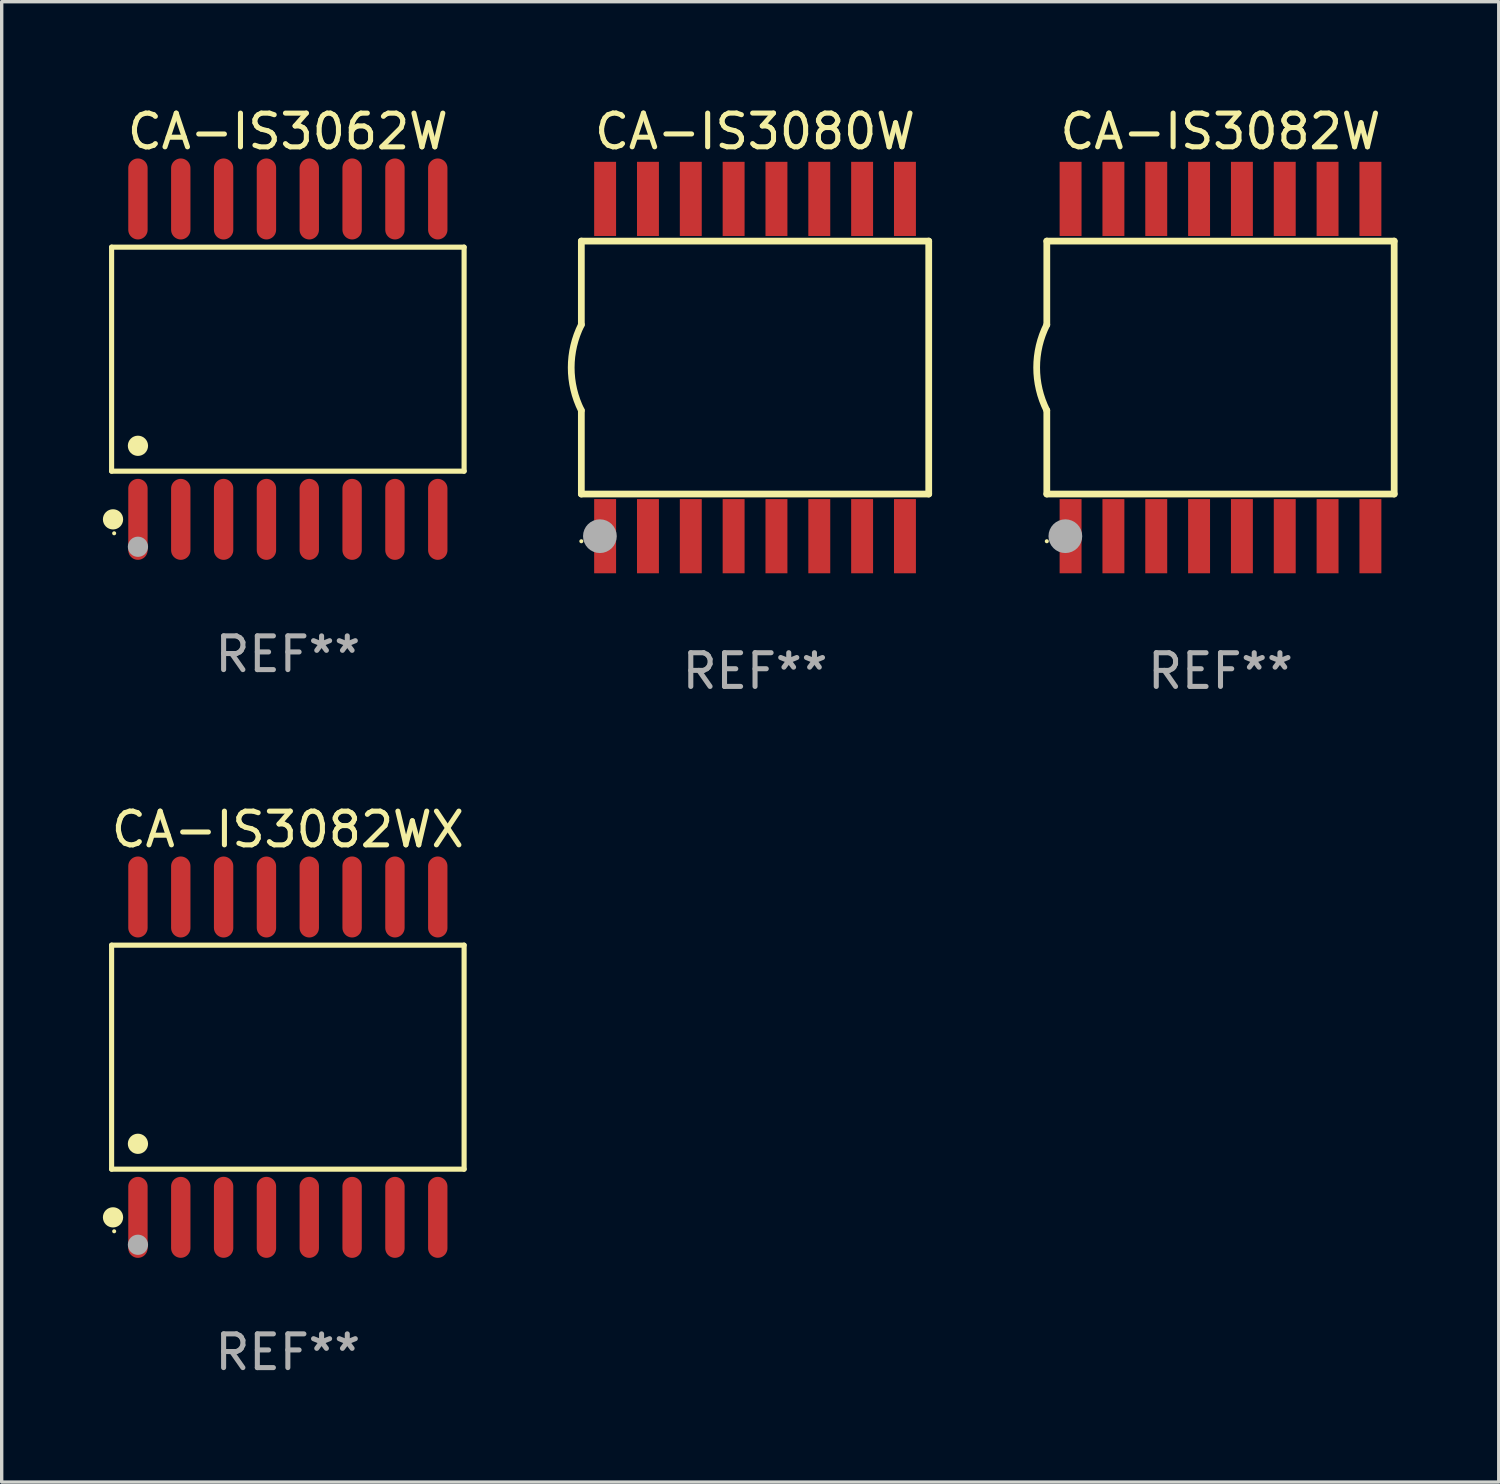
<source format=kicad_pcb>
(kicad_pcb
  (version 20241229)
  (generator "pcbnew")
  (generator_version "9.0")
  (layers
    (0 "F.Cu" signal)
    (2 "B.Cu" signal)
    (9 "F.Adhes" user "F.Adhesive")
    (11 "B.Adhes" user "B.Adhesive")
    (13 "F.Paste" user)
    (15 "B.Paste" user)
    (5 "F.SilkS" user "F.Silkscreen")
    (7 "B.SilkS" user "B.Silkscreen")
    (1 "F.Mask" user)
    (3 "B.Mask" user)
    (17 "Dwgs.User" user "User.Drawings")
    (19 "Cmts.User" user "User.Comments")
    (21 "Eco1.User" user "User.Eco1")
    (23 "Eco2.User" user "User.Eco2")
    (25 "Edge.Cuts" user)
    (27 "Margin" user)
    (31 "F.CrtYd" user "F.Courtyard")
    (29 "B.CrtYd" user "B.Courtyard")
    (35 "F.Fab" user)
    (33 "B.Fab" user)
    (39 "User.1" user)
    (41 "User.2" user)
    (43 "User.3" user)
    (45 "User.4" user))
  (footprint "CA-IS3082W"
    (layer "F.Cu")
    (at 33.138 7.848)
    (property "Reference" "CA-IS3082W" (at 0 -7 0) (layer "F.SilkS") (effects (font (size 1 1) (thickness 0.15))))
    (attr through_hole)
    (fp_line (start -5.15 -3.75) (end -5.15 -1.27) (stroke (width 0.2) (type solid)) (layer "F.SilkS"))
    (fp_line (start -5.15 -3.75) (end 5.15 -3.75) (stroke (width 0.2) (type solid)) (layer "F.SilkS"))
    (fp_line (start -5.15 3.75) (end -5.15 1.27) (stroke (width 0.2) (type solid)) (layer "F.SilkS"))
    (fp_line (start 5.15 -3.75) (end 5.15 3.75) (stroke (width 0.2) (type solid)) (layer "F.SilkS"))
    (fp_line (start 5.15 3.75) (end -5.15 3.75) (stroke (width 0.2) (type solid)) (layer "F.SilkS"))
    (fp_arc (start -5.151131 1.270003) (mid -5.450556 -0.000132) (end -5.150013 -1.270003) (stroke (width 0.2) (type solid)) (layer "F.SilkS"))
    (fp_circle (center -5.15 5.15) (end -5.12 5.15) (stroke (width 0.06) (type solid)) (fill no) (layer "F.SilkS"))
    (fp_circle (center -4.6 5) (end -4.35 5) (stroke (width 0.5) (type solid)) (fill no) (layer "F.Fab"))
    (fp_text user "REF**" (at 0 9 0) (layer "F.Fab") (effects (font (size 1 1) (thickness 0.15))))
    (pad "1" smd rect (at -4.445 5) (size 0.65 2.2) (layers "F.Cu" "F.Mask" "F.Paste"))
    (pad "2" smd rect (at -3.175 5) (size 0.65 2.2) (layers "F.Cu" "F.Mask" "F.Paste"))
    (pad "3" smd rect (at -1.905 5) (size 0.65 2.2) (layers "F.Cu" "F.Mask" "F.Paste"))
    (pad "4" smd rect (at -0.635 5) (size 0.65 2.2) (layers "F.Cu" "F.Mask" "F.Paste"))
    (pad "5" smd rect (at 0.635 5) (size 0.65 2.2) (layers "F.Cu" "F.Mask" "F.Paste"))
    (pad "6" smd rect (at 1.905 5) (size 0.65 2.2) (layers "F.Cu" "F.Mask" "F.Paste"))
    (pad "7" smd rect (at 3.175 5) (size 0.65 2.2) (layers "F.Cu" "F.Mask" "F.Paste"))
    (pad "8" smd rect (at 4.445 5) (size 0.65 2.2) (layers "F.Cu" "F.Mask" "F.Paste"))
    (pad "9" smd rect (at 4.445 -5) (size 0.65 2.2) (layers "F.Cu" "F.Mask" "F.Paste"))
    (pad "10" smd rect (at 3.175 -5) (size 0.65 2.2) (layers "F.Cu" "F.Mask" "F.Paste"))
    (pad "11" smd rect (at 1.905 -5) (size 0.65 2.2) (layers "F.Cu" "F.Mask" "F.Paste"))
    (pad "12" smd rect (at 0.635 -5) (size 0.65 2.2) (layers "F.Cu" "F.Mask" "F.Paste"))
    (pad "13" smd rect (at -0.635 -5) (size 0.65 2.2) (layers "F.Cu" "F.Mask" "F.Paste"))
    (pad "14" smd rect (at -1.905 -5) (size 0.65 2.2) (layers "F.Cu" "F.Mask" "F.Paste"))
    (pad "15" smd rect (at -3.175 -5) (size 0.65 2.2) (layers "F.Cu" "F.Mask" "F.Paste"))
    (pad "16" smd rect (at -4.445 -5) (size 0.65 2.2) (layers "F.Cu" "F.Mask" "F.Paste")))
  (footprint "CA-IS3082WX"
    (layer "F.Cu")
    (at 5.485 28.295)
    (property "Reference" "CA-IS3082WX" (at 0 -6.75 0) (layer "F.SilkS") (effects (font (size 1 1) (thickness 0.15))))
    (attr through_hole)
    (fp_line (start -5.226 -3.321) (end 5.226 -3.321) (stroke (width 0.152) (type solid)) (layer "F.SilkS"))
    (fp_line (start -5.226 3.321) (end -5.226 -3.321) (stroke (width 0.152) (type solid)) (layer "F.SilkS"))
    (fp_line (start 5.226 -3.321) (end 5.226 3.321) (stroke (width 0.152) (type solid)) (layer "F.SilkS"))
    (fp_line (start 5.226 3.321) (end -5.226 3.321) (stroke (width 0.152) (type solid)) (layer "F.SilkS"))
    (fp_circle (center -5.184 4.75) (end -5.034 4.75) (stroke (width 0.3) (type solid)) (fill no) (layer "F.SilkS"))
    (fp_circle (center -5.15 5.163) (end -5.12 5.163) (stroke (width 0.06) (type solid)) (fill no) (layer "F.SilkS"))
    (fp_circle (center -4.445 2.569) (end -4.295 2.569) (stroke (width 0.3) (type solid)) (fill no) (layer "F.SilkS"))
    (fp_circle (center -4.445 5.563) (end -4.295 5.563) (stroke (width 0.3) (type solid)) (fill no) (layer "F.Fab"))
    (fp_text user "REF**" (at 0 8.75 0) (layer "F.Fab") (effects (font (size 1 1) (thickness 0.15))))
    (pad "1" smd oval (at -4.445 4.75) (size 0.574 2.401) (layers "F.Cu" "F.Mask" "F.Paste"))
    (pad "2" smd oval (at -3.175 4.75) (size 0.574 2.401) (layers "F.Cu" "F.Mask" "F.Paste"))
    (pad "3" smd oval (at -1.905 4.75) (size 0.574 2.401) (layers "F.Cu" "F.Mask" "F.Paste"))
    (pad "4" smd oval (at -0.635 4.75) (size 0.574 2.401) (layers "F.Cu" "F.Mask" "F.Paste"))
    (pad "5" smd oval (at 0.635 4.75) (size 0.574 2.401) (layers "F.Cu" "F.Mask" "F.Paste"))
    (pad "6" smd oval (at 1.905 4.75) (size 0.574 2.401) (layers "F.Cu" "F.Mask" "F.Paste"))
    (pad "7" smd oval (at 3.175 4.75) (size 0.574 2.401) (layers "F.Cu" "F.Mask" "F.Paste"))
    (pad "8" smd oval (at 4.445 4.75) (size 0.574 2.401) (layers "F.Cu" "F.Mask" "F.Paste"))
    (pad "9" smd oval (at 4.445 -4.75) (size 0.574 2.401) (layers "F.Cu" "F.Mask" "F.Paste"))
    (pad "10" smd oval (at 3.175 -4.75) (size 0.574 2.401) (layers "F.Cu" "F.Mask" "F.Paste"))
    (pad "11" smd oval (at 1.905 -4.75) (size 0.574 2.401) (layers "F.Cu" "F.Mask" "F.Paste"))
    (pad "12" smd oval (at 0.635 -4.75) (size 0.574 2.401) (layers "F.Cu" "F.Mask" "F.Paste"))
    (pad "13" smd oval (at -0.635 -4.75) (size 0.574 2.401) (layers "F.Cu" "F.Mask" "F.Paste"))
    (pad "14" smd oval (at -1.905 -4.75) (size 0.574 2.401) (layers "F.Cu" "F.Mask" "F.Paste"))
    (pad "15" smd oval (at -3.175 -4.75) (size 0.574 2.401) (layers "F.Cu" "F.Mask" "F.Paste"))
    (pad "16" smd oval (at -4.445 -4.75) (size 0.574 2.401) (layers "F.Cu" "F.Mask" "F.Paste")))
  (footprint "CA-IS3062W"
    (layer "F.Cu")
    (at 5.485 7.599)
    (property "Reference" "CA-IS3062W" (at 0 -6.75 0) (layer "F.SilkS") (effects (font (size 1 1) (thickness 0.15))))
    (attr through_hole)
    (fp_line (start -5.226 -3.321) (end 5.226 -3.321) (stroke (width 0.152) (type solid)) (layer "F.SilkS"))
    (fp_line (start -5.226 3.321) (end -5.226 -3.321) (stroke (width 0.152) (type solid)) (layer "F.SilkS"))
    (fp_line (start 5.226 -3.321) (end 5.226 3.321) (stroke (width 0.152) (type solid)) (layer "F.SilkS"))
    (fp_line (start 5.226 3.321) (end -5.226 3.321) (stroke (width 0.152) (type solid)) (layer "F.SilkS"))
    (fp_circle (center -5.184 4.75) (end -5.034 4.75) (stroke (width 0.3) (type solid)) (fill no) (layer "F.SilkS"))
    (fp_circle (center -5.15 5.163) (end -5.12 5.163) (stroke (width 0.06) (type solid)) (fill no) (layer "F.SilkS"))
    (fp_circle (center -4.445 2.569) (end -4.295 2.569) (stroke (width 0.3) (type solid)) (fill no) (layer "F.SilkS"))
    (fp_circle (center -4.445 5.563) (end -4.295 5.563) (stroke (width 0.3) (type solid)) (fill no) (layer "F.Fab"))
    (fp_text user "REF**" (at 0 8.75 0) (layer "F.Fab") (effects (font (size 1 1) (thickness 0.15))))
    (pad "1" smd oval (at -4.445 4.75) (size 0.574 2.401) (layers "F.Cu" "F.Mask" "F.Paste"))
    (pad "2" smd oval (at -3.175 4.75) (size 0.574 2.401) (layers "F.Cu" "F.Mask" "F.Paste"))
    (pad "3" smd oval (at -1.905 4.75) (size 0.574 2.401) (layers "F.Cu" "F.Mask" "F.Paste"))
    (pad "4" smd oval (at -0.635 4.75) (size 0.574 2.401) (layers "F.Cu" "F.Mask" "F.Paste"))
    (pad "5" smd oval (at 0.635 4.75) (size 0.574 2.401) (layers "F.Cu" "F.Mask" "F.Paste"))
    (pad "6" smd oval (at 1.905 4.75) (size 0.574 2.401) (layers "F.Cu" "F.Mask" "F.Paste"))
    (pad "7" smd oval (at 3.175 4.75) (size 0.574 2.401) (layers "F.Cu" "F.Mask" "F.Paste"))
    (pad "8" smd oval (at 4.445 4.75) (size 0.574 2.401) (layers "F.Cu" "F.Mask" "F.Paste"))
    (pad "9" smd oval (at 4.445 -4.75) (size 0.574 2.401) (layers "F.Cu" "F.Mask" "F.Paste"))
    (pad "10" smd oval (at 3.175 -4.75) (size 0.574 2.401) (layers "F.Cu" "F.Mask" "F.Paste"))
    (pad "11" smd oval (at 1.905 -4.75) (size 0.574 2.401) (layers "F.Cu" "F.Mask" "F.Paste"))
    (pad "12" smd oval (at 0.635 -4.75) (size 0.574 2.401) (layers "F.Cu" "F.Mask" "F.Paste"))
    (pad "13" smd oval (at -0.635 -4.75) (size 0.574 2.401) (layers "F.Cu" "F.Mask" "F.Paste"))
    (pad "14" smd oval (at -1.905 -4.75) (size 0.574 2.401) (layers "F.Cu" "F.Mask" "F.Paste"))
    (pad "15" smd oval (at -3.175 -4.75) (size 0.574 2.401) (layers "F.Cu" "F.Mask" "F.Paste"))
    (pad "16" smd oval (at -4.445 -4.75) (size 0.574 2.401) (layers "F.Cu" "F.Mask" "F.Paste")))
  (footprint "CA-IS3080W"
    (layer "F.Cu")
    (at 19.337 7.848)
    (property "Reference" "CA-IS3080W" (at 0 -7 0) (layer "F.SilkS") (effects (font (size 1 1) (thickness 0.15))))
    (attr through_hole)
    (fp_line (start -5.15 -3.75) (end -5.15 -1.27) (stroke (width 0.2) (type solid)) (layer "F.SilkS"))
    (fp_line (start -5.15 -3.75) (end 5.15 -3.75) (stroke (width 0.2) (type solid)) (layer "F.SilkS"))
    (fp_line (start -5.15 3.75) (end -5.15 1.27) (stroke (width 0.2) (type solid)) (layer "F.SilkS"))
    (fp_line (start 5.15 -3.75) (end 5.15 3.75) (stroke (width 0.2) (type solid)) (layer "F.SilkS"))
    (fp_line (start 5.15 3.75) (end -5.15 3.75) (stroke (width 0.2) (type solid)) (layer "F.SilkS"))
    (fp_arc (start -5.151131 1.270003) (mid -5.450556 -0.000132) (end -5.150013 -1.270003) (stroke (width 0.2) (type solid)) (layer "F.SilkS"))
    (fp_circle (center -5.15 5.15) (end -5.12 5.15) (stroke (width 0.06) (type solid)) (fill no) (layer "F.SilkS"))
    (fp_circle (center -4.6 5) (end -4.35 5) (stroke (width 0.5) (type solid)) (fill no) (layer "F.Fab"))
    (fp_text user "REF**" (at 0 9 0) (layer "F.Fab") (effects (font (size 1 1) (thickness 0.15))))
    (pad "1" smd rect (at -4.445 5) (size 0.65 2.2) (layers "F.Cu" "F.Mask" "F.Paste"))
    (pad "2" smd rect (at -3.175 5) (size 0.65 2.2) (layers "F.Cu" "F.Mask" "F.Paste"))
    (pad "3" smd rect (at -1.905 5) (size 0.65 2.2) (layers "F.Cu" "F.Mask" "F.Paste"))
    (pad "4" smd rect (at -0.635 5) (size 0.65 2.2) (layers "F.Cu" "F.Mask" "F.Paste"))
    (pad "5" smd rect (at 0.635 5) (size 0.65 2.2) (layers "F.Cu" "F.Mask" "F.Paste"))
    (pad "6" smd rect (at 1.905 5) (size 0.65 2.2) (layers "F.Cu" "F.Mask" "F.Paste"))
    (pad "7" smd rect (at 3.175 5) (size 0.65 2.2) (layers "F.Cu" "F.Mask" "F.Paste"))
    (pad "8" smd rect (at 4.445 5) (size 0.65 2.2) (layers "F.Cu" "F.Mask" "F.Paste"))
    (pad "9" smd rect (at 4.445 -5) (size 0.65 2.2) (layers "F.Cu" "F.Mask" "F.Paste"))
    (pad "10" smd rect (at 3.175 -5) (size 0.65 2.2) (layers "F.Cu" "F.Mask" "F.Paste"))
    (pad "11" smd rect (at 1.905 -5) (size 0.65 2.2) (layers "F.Cu" "F.Mask" "F.Paste"))
    (pad "12" smd rect (at 0.635 -5) (size 0.65 2.2) (layers "F.Cu" "F.Mask" "F.Paste"))
    (pad "13" smd rect (at -0.635 -5) (size 0.65 2.2) (layers "F.Cu" "F.Mask" "F.Paste"))
    (pad "14" smd rect (at -1.905 -5) (size 0.65 2.2) (layers "F.Cu" "F.Mask" "F.Paste"))
    (pad "15" smd rect (at -3.175 -5) (size 0.65 2.2) (layers "F.Cu" "F.Mask" "F.Paste"))
    (pad "16" smd rect (at -4.445 -5) (size 0.65 2.2) (layers "F.Cu" "F.Mask" "F.Paste")))
  (gr_rect
    (start -3 -3)
    (end 41.388 40.894)
    (stroke (width 0.1) (type default))
    (fill no)
    (layer "Edge.Cuts")))
</source>
